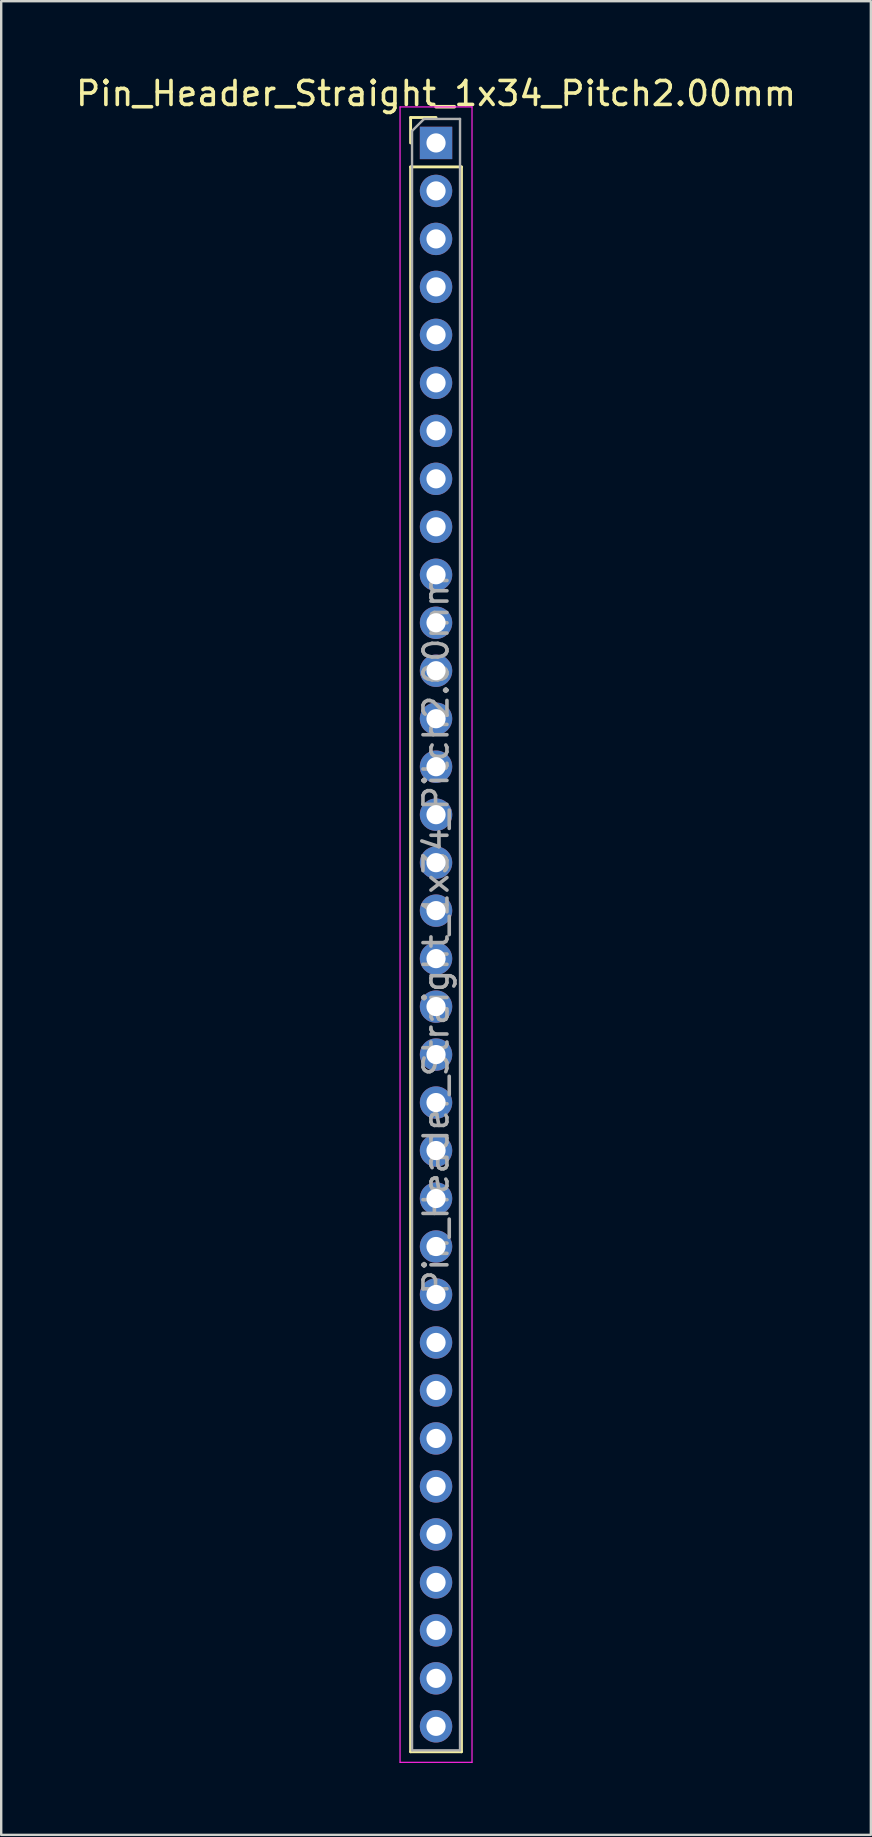
<source format=kicad_pcb>
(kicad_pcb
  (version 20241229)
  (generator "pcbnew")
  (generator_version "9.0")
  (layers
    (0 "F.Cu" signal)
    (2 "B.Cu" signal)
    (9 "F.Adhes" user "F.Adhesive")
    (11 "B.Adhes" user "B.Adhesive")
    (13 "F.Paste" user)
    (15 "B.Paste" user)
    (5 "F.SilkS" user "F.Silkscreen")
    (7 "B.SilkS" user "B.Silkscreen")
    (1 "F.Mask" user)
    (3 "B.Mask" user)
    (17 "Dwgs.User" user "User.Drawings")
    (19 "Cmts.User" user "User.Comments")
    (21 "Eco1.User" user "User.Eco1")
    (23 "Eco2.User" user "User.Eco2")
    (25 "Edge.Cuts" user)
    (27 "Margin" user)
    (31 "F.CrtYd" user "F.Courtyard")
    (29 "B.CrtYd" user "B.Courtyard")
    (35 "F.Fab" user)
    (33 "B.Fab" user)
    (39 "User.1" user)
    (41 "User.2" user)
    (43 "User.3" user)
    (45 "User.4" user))
  (footprint "Pin_Header_Straight_1x34_Pitch2.00mm"
    (layer "F.Cu")
    (at 15.125 2.908)
    (property "Reference" "Pin_Header_Straight_1x34_Pitch2.00mm" (at 0 -2.06 0) (layer "F.SilkS") (effects (font (size 1 1) (thickness 0.15))))
    (attr through_hole)
    (fp_line (start -1.06 -1.06) (end 0 -1.06) (stroke (width 0.12) (type solid)) (layer "F.SilkS"))
    (fp_line (start -1.06 0) (end -1.06 -1.06) (stroke (width 0.12) (type solid)) (layer "F.SilkS"))
    (fp_line (start -1.06 1) (end -1.06 67.06) (stroke (width 0.12) (type solid)) (layer "F.SilkS"))
    (fp_line (start -1.06 1) (end 1.06 1) (stroke (width 0.12) (type solid)) (layer "F.SilkS"))
    (fp_line (start -1.06 67.06) (end 1.06 67.06) (stroke (width 0.12) (type solid)) (layer "F.SilkS"))
    (fp_line (start 1.06 1) (end 1.06 67.06) (stroke (width 0.12) (type solid)) (layer "F.SilkS"))
    (fp_line (start -1.5 -1.5) (end -1.5 67.5) (stroke (width 0.05) (type solid)) (layer "F.CrtYd"))
    (fp_line (start -1.5 67.5) (end 1.5 67.5) (stroke (width 0.05) (type solid)) (layer "F.CrtYd"))
    (fp_line (start 1.5 -1.5) (end -1.5 -1.5) (stroke (width 0.05) (type solid)) (layer "F.CrtYd"))
    (fp_line (start 1.5 67.5) (end 1.5 -1.5) (stroke (width 0.05) (type solid)) (layer "F.CrtYd"))
    (fp_line (start -1 -0.5) (end -0.5 -1) (stroke (width 0.1) (type solid)) (layer "F.Fab"))
    (fp_line (start -1 67) (end -1 -0.5) (stroke (width 0.1) (type solid)) (layer "F.Fab"))
    (fp_line (start -0.5 -1) (end 1 -1) (stroke (width 0.1) (type solid)) (layer "F.Fab"))
    (fp_line (start 1 -1) (end 1 67) (stroke (width 0.1) (type solid)) (layer "F.Fab"))
    (fp_line (start 1 67) (end -1 67) (stroke (width 0.1) (type solid)) (layer "F.Fab"))
    (fp_text user "${REFERENCE}" (at 0 33 90) (layer "F.Fab") (effects (font (size 1 1) (thickness 0.15))))
    (pad "1" thru_hole rect (at 0 0) (size 1.35 1.35) (drill 0.8) (layers "*.Cu" "*.Mask"))
    (pad "2" thru_hole oval (at 0 2) (size 1.35 1.35) (drill 0.8) (layers "*.Cu" "*.Mask"))
    (pad "3" thru_hole oval (at 0 4) (size 1.35 1.35) (drill 0.8) (layers "*.Cu" "*.Mask"))
    (pad "4" thru_hole oval (at 0 6) (size 1.35 1.35) (drill 0.8) (layers "*.Cu" "*.Mask"))
    (pad "5" thru_hole oval (at 0 8) (size 1.35 1.35) (drill 0.8) (layers "*.Cu" "*.Mask"))
    (pad "6" thru_hole oval (at 0 10) (size 1.35 1.35) (drill 0.8) (layers "*.Cu" "*.Mask"))
    (pad "7" thru_hole oval (at 0 12) (size 1.35 1.35) (drill 0.8) (layers "*.Cu" "*.Mask"))
    (pad "8" thru_hole oval (at 0 14) (size 1.35 1.35) (drill 0.8) (layers "*.Cu" "*.Mask"))
    (pad "9" thru_hole oval (at 0 16) (size 1.35 1.35) (drill 0.8) (layers "*.Cu" "*.Mask"))
    (pad "10" thru_hole oval (at 0 18) (size 1.35 1.35) (drill 0.8) (layers "*.Cu" "*.Mask"))
    (pad "11" thru_hole oval (at 0 20) (size 1.35 1.35) (drill 0.8) (layers "*.Cu" "*.Mask"))
    (pad "12" thru_hole oval (at 0 22) (size 1.35 1.35) (drill 0.8) (layers "*.Cu" "*.Mask"))
    (pad "13" thru_hole oval (at 0 24) (size 1.35 1.35) (drill 0.8) (layers "*.Cu" "*.Mask"))
    (pad "14" thru_hole oval (at 0 26) (size 1.35 1.35) (drill 0.8) (layers "*.Cu" "*.Mask"))
    (pad "15" thru_hole oval (at 0 28) (size 1.35 1.35) (drill 0.8) (layers "*.Cu" "*.Mask"))
    (pad "16" thru_hole oval (at 0 30) (size 1.35 1.35) (drill 0.8) (layers "*.Cu" "*.Mask"))
    (pad "17" thru_hole oval (at 0 32) (size 1.35 1.35) (drill 0.8) (layers "*.Cu" "*.Mask"))
    (pad "18" thru_hole oval (at 0 34) (size 1.35 1.35) (drill 0.8) (layers "*.Cu" "*.Mask"))
    (pad "19" thru_hole oval (at 0 36) (size 1.35 1.35) (drill 0.8) (layers "*.Cu" "*.Mask"))
    (pad "20" thru_hole oval (at 0 38) (size 1.35 1.35) (drill 0.8) (layers "*.Cu" "*.Mask"))
    (pad "21" thru_hole oval (at 0 40) (size 1.35 1.35) (drill 0.8) (layers "*.Cu" "*.Mask"))
    (pad "22" thru_hole oval (at 0 42) (size 1.35 1.35) (drill 0.8) (layers "*.Cu" "*.Mask"))
    (pad "23" thru_hole oval (at 0 44) (size 1.35 1.35) (drill 0.8) (layers "*.Cu" "*.Mask"))
    (pad "24" thru_hole oval (at 0 46) (size 1.35 1.35) (drill 0.8) (layers "*.Cu" "*.Mask"))
    (pad "25" thru_hole oval (at 0 48) (size 1.35 1.35) (drill 0.8) (layers "*.Cu" "*.Mask"))
    (pad "26" thru_hole oval (at 0 50) (size 1.35 1.35) (drill 0.8) (layers "*.Cu" "*.Mask"))
    (pad "27" thru_hole oval (at 0 52) (size 1.35 1.35) (drill 0.8) (layers "*.Cu" "*.Mask"))
    (pad "28" thru_hole oval (at 0 54) (size 1.35 1.35) (drill 0.8) (layers "*.Cu" "*.Mask"))
    (pad "29" thru_hole oval (at 0 56) (size 1.35 1.35) (drill 0.8) (layers "*.Cu" "*.Mask"))
    (pad "30" thru_hole oval (at 0 58) (size 1.35 1.35) (drill 0.8) (layers "*.Cu" "*.Mask"))
    (pad "31" thru_hole oval (at 0 60) (size 1.35 1.35) (drill 0.8) (layers "*.Cu" "*.Mask"))
    (pad "32" thru_hole oval (at 0 62) (size 1.35 1.35) (drill 0.8) (layers "*.Cu" "*.Mask"))
    (pad "33" thru_hole oval (at 0 64) (size 1.35 1.35) (drill 0.8) (layers "*.Cu" "*.Mask"))
    (pad "34" thru_hole oval (at 0 66) (size 1.35 1.35) (drill 0.8) (layers "*.Cu" "*.Mask")))
  (gr_rect
    (start -3 -3)
    (end 33.25 73.433)
    (stroke (width 0.1) (type default))
    (fill no)
    (layer "Edge.Cuts")))
</source>
